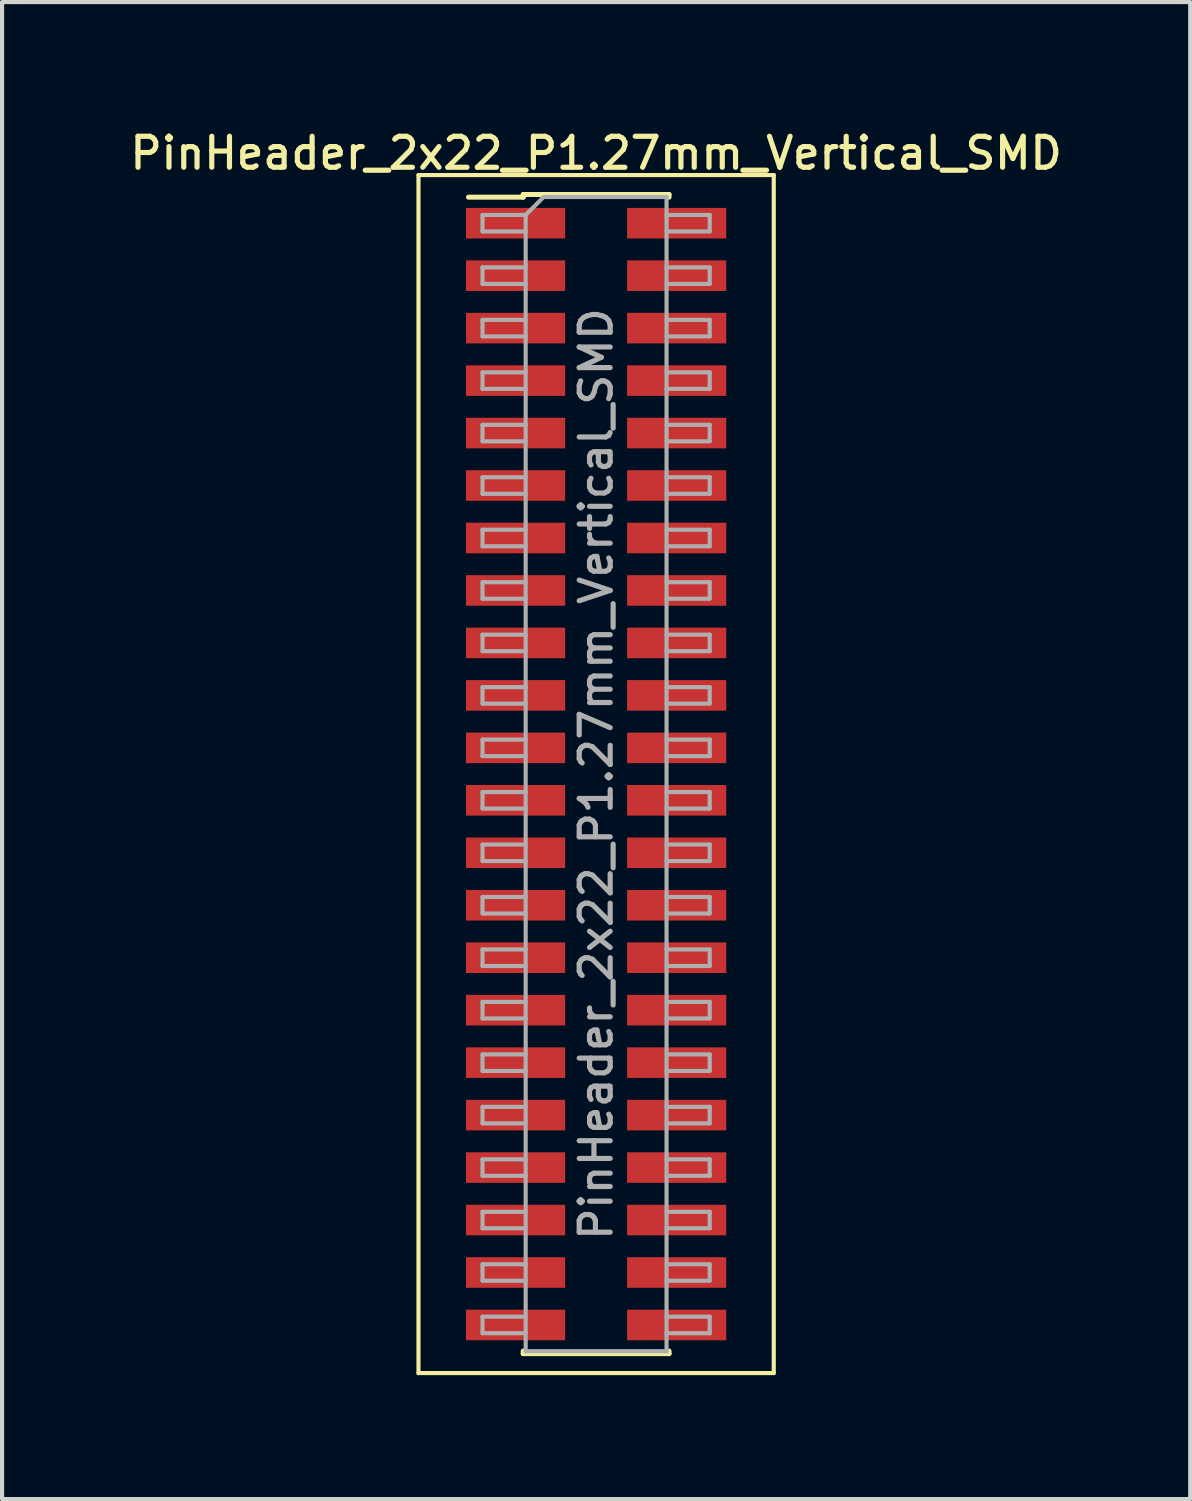
<source format=kicad_pcb>
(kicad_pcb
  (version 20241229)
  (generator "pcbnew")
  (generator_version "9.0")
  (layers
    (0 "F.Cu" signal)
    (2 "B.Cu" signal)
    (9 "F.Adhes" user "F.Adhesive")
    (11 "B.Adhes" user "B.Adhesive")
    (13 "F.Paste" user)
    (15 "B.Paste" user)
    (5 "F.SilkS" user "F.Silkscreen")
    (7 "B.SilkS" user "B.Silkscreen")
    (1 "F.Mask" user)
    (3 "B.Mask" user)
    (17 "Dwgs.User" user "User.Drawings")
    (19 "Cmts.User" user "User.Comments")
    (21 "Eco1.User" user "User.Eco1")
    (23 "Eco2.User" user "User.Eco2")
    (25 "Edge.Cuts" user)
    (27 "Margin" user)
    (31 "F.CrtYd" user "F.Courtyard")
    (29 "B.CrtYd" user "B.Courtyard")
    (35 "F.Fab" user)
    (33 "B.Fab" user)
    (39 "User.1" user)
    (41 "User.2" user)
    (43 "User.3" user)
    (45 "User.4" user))
  (footprint "PinHeader_2x22_P1.27mm_Vertical_SMD"
    (layer "F.Cu")
    (at 11.38 15.688)
    (property "Reference" "PinHeader_2x22_P1.27mm_Vertical_SMD" (at 0 -15.03 0) (layer "F.SilkS") (effects (font (size 0.75 0.75) (thickness 0.125))))
    (attr smd)
    (fp_line (start -4.3 -14.5) (end -4.3 14.5) (stroke (width 0.1) (type solid)) (layer "F.SilkS"))
    (fp_line (start -4.3 14.5) (end 4.3 14.5) (stroke (width 0.1) (type solid)) (layer "F.SilkS"))
    (fp_line (start -3.09 -13.965) (end -1.765 -13.965) (stroke (width 0.12) (type solid)) (layer "F.SilkS"))
    (fp_line (start -1.765 -14.03) (end -1.765 -13.965) (stroke (width 0.12) (type solid)) (layer "F.SilkS"))
    (fp_line (start -1.765 -14.03) (end 1.765 -14.03) (stroke (width 0.12) (type solid)) (layer "F.SilkS"))
    (fp_line (start -1.765 13.965) (end -1.765 14.03) (stroke (width 0.12) (type solid)) (layer "F.SilkS"))
    (fp_line (start -1.765 14.03) (end 1.765 14.03) (stroke (width 0.12) (type solid)) (layer "F.SilkS"))
    (fp_line (start 1.765 -14.03) (end 1.765 -13.965) (stroke (width 0.12) (type solid)) (layer "F.SilkS"))
    (fp_line (start 1.765 13.965) (end 1.765 14.03) (stroke (width 0.12) (type solid)) (layer "F.SilkS"))
    (fp_line (start 4.3 -14.5) (end -4.3 -14.5) (stroke (width 0.1) (type solid)) (layer "F.SilkS"))
    (fp_line (start 4.3 14.5) (end 4.3 -14.5) (stroke (width 0.1) (type solid)) (layer "F.SilkS"))
    (fp_line (start -2.75 -13.535) (end -2.75 -13.135) (stroke (width 0.1) (type solid)) (layer "F.Fab"))
    (fp_line (start -2.75 -13.135) (end -1.705 -13.135) (stroke (width 0.1) (type solid)) (layer "F.Fab"))
    (fp_line (start -2.75 -12.265) (end -2.75 -11.865) (stroke (width 0.1) (type solid)) (layer "F.Fab"))
    (fp_line (start -2.75 -11.865) (end -1.705 -11.865) (stroke (width 0.1) (type solid)) (layer "F.Fab"))
    (fp_line (start -2.75 -10.995) (end -2.75 -10.595) (stroke (width 0.1) (type solid)) (layer "F.Fab"))
    (fp_line (start -2.75 -10.595) (end -1.705 -10.595) (stroke (width 0.1) (type solid)) (layer "F.Fab"))
    (fp_line (start -2.75 -9.725) (end -2.75 -9.325) (stroke (width 0.1) (type solid)) (layer "F.Fab"))
    (fp_line (start -2.75 -9.325) (end -1.705 -9.325) (stroke (width 0.1) (type solid)) (layer "F.Fab"))
    (fp_line (start -2.75 -8.455) (end -2.75 -8.055) (stroke (width 0.1) (type solid)) (layer "F.Fab"))
    (fp_line (start -2.75 -8.055) (end -1.705 -8.055) (stroke (width 0.1) (type solid)) (layer "F.Fab"))
    (fp_line (start -2.75 -7.185) (end -2.75 -6.785) (stroke (width 0.1) (type solid)) (layer "F.Fab"))
    (fp_line (start -2.75 -6.785) (end -1.705 -6.785) (stroke (width 0.1) (type solid)) (layer "F.Fab"))
    (fp_line (start -2.75 -5.915) (end -2.75 -5.515) (stroke (width 0.1) (type solid)) (layer "F.Fab"))
    (fp_line (start -2.75 -5.515) (end -1.705 -5.515) (stroke (width 0.1) (type solid)) (layer "F.Fab"))
    (fp_line (start -2.75 -4.645) (end -2.75 -4.245) (stroke (width 0.1) (type solid)) (layer "F.Fab"))
    (fp_line (start -2.75 -4.245) (end -1.705 -4.245) (stroke (width 0.1) (type solid)) (layer "F.Fab"))
    (fp_line (start -2.75 -3.375) (end -2.75 -2.975) (stroke (width 0.1) (type solid)) (layer "F.Fab"))
    (fp_line (start -2.75 -2.975) (end -1.705 -2.975) (stroke (width 0.1) (type solid)) (layer "F.Fab"))
    (fp_line (start -2.75 -2.105) (end -2.75 -1.705) (stroke (width 0.1) (type solid)) (layer "F.Fab"))
    (fp_line (start -2.75 -1.705) (end -1.705 -1.705) (stroke (width 0.1) (type solid)) (layer "F.Fab"))
    (fp_line (start -2.75 -0.835) (end -2.75 -0.435) (stroke (width 0.1) (type solid)) (layer "F.Fab"))
    (fp_line (start -2.75 -0.435) (end -1.705 -0.435) (stroke (width 0.1) (type solid)) (layer "F.Fab"))
    (fp_line (start -2.75 0.435) (end -2.75 0.835) (stroke (width 0.1) (type solid)) (layer "F.Fab"))
    (fp_line (start -2.75 0.835) (end -1.705 0.835) (stroke (width 0.1) (type solid)) (layer "F.Fab"))
    (fp_line (start -2.75 1.705) (end -2.75 2.105) (stroke (width 0.1) (type solid)) (layer "F.Fab"))
    (fp_line (start -2.75 2.105) (end -1.705 2.105) (stroke (width 0.1) (type solid)) (layer "F.Fab"))
    (fp_line (start -2.75 2.975) (end -2.75 3.375) (stroke (width 0.1) (type solid)) (layer "F.Fab"))
    (fp_line (start -2.75 3.375) (end -1.705 3.375) (stroke (width 0.1) (type solid)) (layer "F.Fab"))
    (fp_line (start -2.75 4.245) (end -2.75 4.645) (stroke (width 0.1) (type solid)) (layer "F.Fab"))
    (fp_line (start -2.75 4.645) (end -1.705 4.645) (stroke (width 0.1) (type solid)) (layer "F.Fab"))
    (fp_line (start -2.75 5.515) (end -2.75 5.915) (stroke (width 0.1) (type solid)) (layer "F.Fab"))
    (fp_line (start -2.75 5.915) (end -1.705 5.915) (stroke (width 0.1) (type solid)) (layer "F.Fab"))
    (fp_line (start -2.75 6.785) (end -2.75 7.185) (stroke (width 0.1) (type solid)) (layer "F.Fab"))
    (fp_line (start -2.75 7.185) (end -1.705 7.185) (stroke (width 0.1) (type solid)) (layer "F.Fab"))
    (fp_line (start -2.75 8.055) (end -2.75 8.455) (stroke (width 0.1) (type solid)) (layer "F.Fab"))
    (fp_line (start -2.75 8.455) (end -1.705 8.455) (stroke (width 0.1) (type solid)) (layer "F.Fab"))
    (fp_line (start -2.75 9.325) (end -2.75 9.725) (stroke (width 0.1) (type solid)) (layer "F.Fab"))
    (fp_line (start -2.75 9.725) (end -1.705 9.725) (stroke (width 0.1) (type solid)) (layer "F.Fab"))
    (fp_line (start -2.75 10.595) (end -2.75 10.995) (stroke (width 0.1) (type solid)) (layer "F.Fab"))
    (fp_line (start -2.75 10.995) (end -1.705 10.995) (stroke (width 0.1) (type solid)) (layer "F.Fab"))
    (fp_line (start -2.75 11.865) (end -2.75 12.265) (stroke (width 0.1) (type solid)) (layer "F.Fab"))
    (fp_line (start -2.75 12.265) (end -1.705 12.265) (stroke (width 0.1) (type solid)) (layer "F.Fab"))
    (fp_line (start -2.75 13.135) (end -2.75 13.535) (stroke (width 0.1) (type solid)) (layer "F.Fab"))
    (fp_line (start -2.75 13.535) (end -1.705 13.535) (stroke (width 0.1) (type solid)) (layer "F.Fab"))
    (fp_line (start -1.705 -13.535) (end -2.75 -13.535) (stroke (width 0.1) (type solid)) (layer "F.Fab"))
    (fp_line (start -1.705 -13.535) (end -1.27 -13.97) (stroke (width 0.1) (type solid)) (layer "F.Fab"))
    (fp_line (start -1.705 -12.265) (end -2.75 -12.265) (stroke (width 0.1) (type solid)) (layer "F.Fab"))
    (fp_line (start -1.705 -10.995) (end -2.75 -10.995) (stroke (width 0.1) (type solid)) (layer "F.Fab"))
    (fp_line (start -1.705 -9.725) (end -2.75 -9.725) (stroke (width 0.1) (type solid)) (layer "F.Fab"))
    (fp_line (start -1.705 -8.455) (end -2.75 -8.455) (stroke (width 0.1) (type solid)) (layer "F.Fab"))
    (fp_line (start -1.705 -7.185) (end -2.75 -7.185) (stroke (width 0.1) (type solid)) (layer "F.Fab"))
    (fp_line (start -1.705 -5.915) (end -2.75 -5.915) (stroke (width 0.1) (type solid)) (layer "F.Fab"))
    (fp_line (start -1.705 -4.645) (end -2.75 -4.645) (stroke (width 0.1) (type solid)) (layer "F.Fab"))
    (fp_line (start -1.705 -3.375) (end -2.75 -3.375) (stroke (width 0.1) (type solid)) (layer "F.Fab"))
    (fp_line (start -1.705 -2.105) (end -2.75 -2.105) (stroke (width 0.1) (type solid)) (layer "F.Fab"))
    (fp_line (start -1.705 -0.835) (end -2.75 -0.835) (stroke (width 0.1) (type solid)) (layer "F.Fab"))
    (fp_line (start -1.705 0.435) (end -2.75 0.435) (stroke (width 0.1) (type solid)) (layer "F.Fab"))
    (fp_line (start -1.705 1.705) (end -2.75 1.705) (stroke (width 0.1) (type solid)) (layer "F.Fab"))
    (fp_line (start -1.705 2.975) (end -2.75 2.975) (stroke (width 0.1) (type solid)) (layer "F.Fab"))
    (fp_line (start -1.705 4.245) (end -2.75 4.245) (stroke (width 0.1) (type solid)) (layer "F.Fab"))
    (fp_line (start -1.705 5.515) (end -2.75 5.515) (stroke (width 0.1) (type solid)) (layer "F.Fab"))
    (fp_line (start -1.705 6.785) (end -2.75 6.785) (stroke (width 0.1) (type solid)) (layer "F.Fab"))
    (fp_line (start -1.705 8.055) (end -2.75 8.055) (stroke (width 0.1) (type solid)) (layer "F.Fab"))
    (fp_line (start -1.705 9.325) (end -2.75 9.325) (stroke (width 0.1) (type solid)) (layer "F.Fab"))
    (fp_line (start -1.705 10.595) (end -2.75 10.595) (stroke (width 0.1) (type solid)) (layer "F.Fab"))
    (fp_line (start -1.705 11.865) (end -2.75 11.865) (stroke (width 0.1) (type solid)) (layer "F.Fab"))
    (fp_line (start -1.705 13.135) (end -2.75 13.135) (stroke (width 0.1) (type solid)) (layer "F.Fab"))
    (fp_line (start -1.705 13.97) (end -1.705 -13.535) (stroke (width 0.1) (type solid)) (layer "F.Fab"))
    (fp_line (start -1.27 -13.97) (end 1.705 -13.97) (stroke (width 0.1) (type solid)) (layer "F.Fab"))
    (fp_line (start 1.705 -13.97) (end 1.705 13.97) (stroke (width 0.1) (type solid)) (layer "F.Fab"))
    (fp_line (start 1.705 -13.535) (end 2.75 -13.535) (stroke (width 0.1) (type solid)) (layer "F.Fab"))
    (fp_line (start 1.705 -12.265) (end 2.75 -12.265) (stroke (width 0.1) (type solid)) (layer "F.Fab"))
    (fp_line (start 1.705 -10.995) (end 2.75 -10.995) (stroke (width 0.1) (type solid)) (layer "F.Fab"))
    (fp_line (start 1.705 -9.725) (end 2.75 -9.725) (stroke (width 0.1) (type solid)) (layer "F.Fab"))
    (fp_line (start 1.705 -8.455) (end 2.75 -8.455) (stroke (width 0.1) (type solid)) (layer "F.Fab"))
    (fp_line (start 1.705 -7.185) (end 2.75 -7.185) (stroke (width 0.1) (type solid)) (layer "F.Fab"))
    (fp_line (start 1.705 -5.915) (end 2.75 -5.915) (stroke (width 0.1) (type solid)) (layer "F.Fab"))
    (fp_line (start 1.705 -4.645) (end 2.75 -4.645) (stroke (width 0.1) (type solid)) (layer "F.Fab"))
    (fp_line (start 1.705 -3.375) (end 2.75 -3.375) (stroke (width 0.1) (type solid)) (layer "F.Fab"))
    (fp_line (start 1.705 -2.105) (end 2.75 -2.105) (stroke (width 0.1) (type solid)) (layer "F.Fab"))
    (fp_line (start 1.705 -0.835) (end 2.75 -0.835) (stroke (width 0.1) (type solid)) (layer "F.Fab"))
    (fp_line (start 1.705 0.435) (end 2.75 0.435) (stroke (width 0.1) (type solid)) (layer "F.Fab"))
    (fp_line (start 1.705 1.705) (end 2.75 1.705) (stroke (width 0.1) (type solid)) (layer "F.Fab"))
    (fp_line (start 1.705 2.975) (end 2.75 2.975) (stroke (width 0.1) (type solid)) (layer "F.Fab"))
    (fp_line (start 1.705 4.245) (end 2.75 4.245) (stroke (width 0.1) (type solid)) (layer "F.Fab"))
    (fp_line (start 1.705 5.515) (end 2.75 5.515) (stroke (width 0.1) (type solid)) (layer "F.Fab"))
    (fp_line (start 1.705 6.785) (end 2.75 6.785) (stroke (width 0.1) (type solid)) (layer "F.Fab"))
    (fp_line (start 1.705 8.055) (end 2.75 8.055) (stroke (width 0.1) (type solid)) (layer "F.Fab"))
    (fp_line (start 1.705 9.325) (end 2.75 9.325) (stroke (width 0.1) (type solid)) (layer "F.Fab"))
    (fp_line (start 1.705 10.595) (end 2.75 10.595) (stroke (width 0.1) (type solid)) (layer "F.Fab"))
    (fp_line (start 1.705 11.865) (end 2.75 11.865) (stroke (width 0.1) (type solid)) (layer "F.Fab"))
    (fp_line (start 1.705 13.135) (end 2.75 13.135) (stroke (width 0.1) (type solid)) (layer "F.Fab"))
    (fp_line (start 1.705 13.97) (end -1.705 13.97) (stroke (width 0.1) (type solid)) (layer "F.Fab"))
    (fp_line (start 2.75 -13.535) (end 2.75 -13.135) (stroke (width 0.1) (type solid)) (layer "F.Fab"))
    (fp_line (start 2.75 -13.135) (end 1.705 -13.135) (stroke (width 0.1) (type solid)) (layer "F.Fab"))
    (fp_line (start 2.75 -12.265) (end 2.75 -11.865) (stroke (width 0.1) (type solid)) (layer "F.Fab"))
    (fp_line (start 2.75 -11.865) (end 1.705 -11.865) (stroke (width 0.1) (type solid)) (layer "F.Fab"))
    (fp_line (start 2.75 -10.995) (end 2.75 -10.595) (stroke (width 0.1) (type solid)) (layer "F.Fab"))
    (fp_line (start 2.75 -10.595) (end 1.705 -10.595) (stroke (width 0.1) (type solid)) (layer "F.Fab"))
    (fp_line (start 2.75 -9.725) (end 2.75 -9.325) (stroke (width 0.1) (type solid)) (layer "F.Fab"))
    (fp_line (start 2.75 -9.325) (end 1.705 -9.325) (stroke (width 0.1) (type solid)) (layer "F.Fab"))
    (fp_line (start 2.75 -8.455) (end 2.75 -8.055) (stroke (width 0.1) (type solid)) (layer "F.Fab"))
    (fp_line (start 2.75 -8.055) (end 1.705 -8.055) (stroke (width 0.1) (type solid)) (layer "F.Fab"))
    (fp_line (start 2.75 -7.185) (end 2.75 -6.785) (stroke (width 0.1) (type solid)) (layer "F.Fab"))
    (fp_line (start 2.75 -6.785) (end 1.705 -6.785) (stroke (width 0.1) (type solid)) (layer "F.Fab"))
    (fp_line (start 2.75 -5.915) (end 2.75 -5.515) (stroke (width 0.1) (type solid)) (layer "F.Fab"))
    (fp_line (start 2.75 -5.515) (end 1.705 -5.515) (stroke (width 0.1) (type solid)) (layer "F.Fab"))
    (fp_line (start 2.75 -4.645) (end 2.75 -4.245) (stroke (width 0.1) (type solid)) (layer "F.Fab"))
    (fp_line (start 2.75 -4.245) (end 1.705 -4.245) (stroke (width 0.1) (type solid)) (layer "F.Fab"))
    (fp_line (start 2.75 -3.375) (end 2.75 -2.975) (stroke (width 0.1) (type solid)) (layer "F.Fab"))
    (fp_line (start 2.75 -2.975) (end 1.705 -2.975) (stroke (width 0.1) (type solid)) (layer "F.Fab"))
    (fp_line (start 2.75 -2.105) (end 2.75 -1.705) (stroke (width 0.1) (type solid)) (layer "F.Fab"))
    (fp_line (start 2.75 -1.705) (end 1.705 -1.705) (stroke (width 0.1) (type solid)) (layer "F.Fab"))
    (fp_line (start 2.75 -0.835) (end 2.75 -0.435) (stroke (width 0.1) (type solid)) (layer "F.Fab"))
    (fp_line (start 2.75 -0.435) (end 1.705 -0.435) (stroke (width 0.1) (type solid)) (layer "F.Fab"))
    (fp_line (start 2.75 0.435) (end 2.75 0.835) (stroke (width 0.1) (type solid)) (layer "F.Fab"))
    (fp_line (start 2.75 0.835) (end 1.705 0.835) (stroke (width 0.1) (type solid)) (layer "F.Fab"))
    (fp_line (start 2.75 1.705) (end 2.75 2.105) (stroke (width 0.1) (type solid)) (layer "F.Fab"))
    (fp_line (start 2.75 2.105) (end 1.705 2.105) (stroke (width 0.1) (type solid)) (layer "F.Fab"))
    (fp_line (start 2.75 2.975) (end 2.75 3.375) (stroke (width 0.1) (type solid)) (layer "F.Fab"))
    (fp_line (start 2.75 3.375) (end 1.705 3.375) (stroke (width 0.1) (type solid)) (layer "F.Fab"))
    (fp_line (start 2.75 4.245) (end 2.75 4.645) (stroke (width 0.1) (type solid)) (layer "F.Fab"))
    (fp_line (start 2.75 4.645) (end 1.705 4.645) (stroke (width 0.1) (type solid)) (layer "F.Fab"))
    (fp_line (start 2.75 5.515) (end 2.75 5.915) (stroke (width 0.1) (type solid)) (layer "F.Fab"))
    (fp_line (start 2.75 5.915) (end 1.705 5.915) (stroke (width 0.1) (type solid)) (layer "F.Fab"))
    (fp_line (start 2.75 6.785) (end 2.75 7.185) (stroke (width 0.1) (type solid)) (layer "F.Fab"))
    (fp_line (start 2.75 7.185) (end 1.705 7.185) (stroke (width 0.1) (type solid)) (layer "F.Fab"))
    (fp_line (start 2.75 8.055) (end 2.75 8.455) (stroke (width 0.1) (type solid)) (layer "F.Fab"))
    (fp_line (start 2.75 8.455) (end 1.705 8.455) (stroke (width 0.1) (type solid)) (layer "F.Fab"))
    (fp_line (start 2.75 9.325) (end 2.75 9.725) (stroke (width 0.1) (type solid)) (layer "F.Fab"))
    (fp_line (start 2.75 9.725) (end 1.705 9.725) (stroke (width 0.1) (type solid)) (layer "F.Fab"))
    (fp_line (start 2.75 10.595) (end 2.75 10.995) (stroke (width 0.1) (type solid)) (layer "F.Fab"))
    (fp_line (start 2.75 10.995) (end 1.705 10.995) (stroke (width 0.1) (type solid)) (layer "F.Fab"))
    (fp_line (start 2.75 11.865) (end 2.75 12.265) (stroke (width 0.1) (type solid)) (layer "F.Fab"))
    (fp_line (start 2.75 12.265) (end 1.705 12.265) (stroke (width 0.1) (type solid)) (layer "F.Fab"))
    (fp_line (start 2.75 13.135) (end 2.75 13.535) (stroke (width 0.1) (type solid)) (layer "F.Fab"))
    (fp_line (start 2.75 13.535) (end 1.705 13.535) (stroke (width 0.1) (type solid)) (layer "F.Fab"))
    (fp_text user "${REFERENCE}" (at 0 0 90) (layer "F.Fab") (effects (font (size 0.75 0.75) (thickness 0.125))))
    (pad "1" smd rect (at -1.95 -13.335) (size 2.4 0.74) (layers "F.Cu" "F.Mask" "F.Paste"))
    (pad "2" smd rect (at 1.95 -13.335) (size 2.4 0.74) (layers "F.Cu" "F.Mask" "F.Paste"))
    (pad "3" smd rect (at -1.95 -12.065) (size 2.4 0.74) (layers "F.Cu" "F.Mask" "F.Paste"))
    (pad "4" smd rect (at 1.95 -12.065) (size 2.4 0.74) (layers "F.Cu" "F.Mask" "F.Paste"))
    (pad "5" smd rect (at -1.95 -10.795) (size 2.4 0.74) (layers "F.Cu" "F.Mask" "F.Paste"))
    (pad "6" smd rect (at 1.95 -10.795) (size 2.4 0.74) (layers "F.Cu" "F.Mask" "F.Paste"))
    (pad "7" smd rect (at -1.95 -9.525) (size 2.4 0.74) (layers "F.Cu" "F.Mask" "F.Paste"))
    (pad "8" smd rect (at 1.95 -9.525) (size 2.4 0.74) (layers "F.Cu" "F.Mask" "F.Paste"))
    (pad "9" smd rect (at -1.95 -8.255) (size 2.4 0.74) (layers "F.Cu" "F.Mask" "F.Paste"))
    (pad "10" smd rect (at 1.95 -8.255) (size 2.4 0.74) (layers "F.Cu" "F.Mask" "F.Paste"))
    (pad "11" smd rect (at -1.95 -6.985) (size 2.4 0.74) (layers "F.Cu" "F.Mask" "F.Paste"))
    (pad "12" smd rect (at 1.95 -6.985) (size 2.4 0.74) (layers "F.Cu" "F.Mask" "F.Paste"))
    (pad "13" smd rect (at -1.95 -5.715) (size 2.4 0.74) (layers "F.Cu" "F.Mask" "F.Paste"))
    (pad "14" smd rect (at 1.95 -5.715) (size 2.4 0.74) (layers "F.Cu" "F.Mask" "F.Paste"))
    (pad "15" smd rect (at -1.95 -4.445) (size 2.4 0.74) (layers "F.Cu" "F.Mask" "F.Paste"))
    (pad "16" smd rect (at 1.95 -4.445) (size 2.4 0.74) (layers "F.Cu" "F.Mask" "F.Paste"))
    (pad "17" smd rect (at -1.95 -3.175) (size 2.4 0.74) (layers "F.Cu" "F.Mask" "F.Paste"))
    (pad "18" smd rect (at 1.95 -3.175) (size 2.4 0.74) (layers "F.Cu" "F.Mask" "F.Paste"))
    (pad "19" smd rect (at -1.95 -1.905) (size 2.4 0.74) (layers "F.Cu" "F.Mask" "F.Paste"))
    (pad "20" smd rect (at 1.95 -1.905) (size 2.4 0.74) (layers "F.Cu" "F.Mask" "F.Paste"))
    (pad "21" smd rect (at -1.95 -0.635) (size 2.4 0.74) (layers "F.Cu" "F.Mask" "F.Paste"))
    (pad "22" smd rect (at 1.95 -0.635) (size 2.4 0.74) (layers "F.Cu" "F.Mask" "F.Paste"))
    (pad "23" smd rect (at -1.95 0.635) (size 2.4 0.74) (layers "F.Cu" "F.Mask" "F.Paste"))
    (pad "24" smd rect (at 1.95 0.635) (size 2.4 0.74) (layers "F.Cu" "F.Mask" "F.Paste"))
    (pad "25" smd rect (at -1.95 1.905) (size 2.4 0.74) (layers "F.Cu" "F.Mask" "F.Paste"))
    (pad "26" smd rect (at 1.95 1.905) (size 2.4 0.74) (layers "F.Cu" "F.Mask" "F.Paste"))
    (pad "27" smd rect (at -1.95 3.175) (size 2.4 0.74) (layers "F.Cu" "F.Mask" "F.Paste"))
    (pad "28" smd rect (at 1.95 3.175) (size 2.4 0.74) (layers "F.Cu" "F.Mask" "F.Paste"))
    (pad "29" smd rect (at -1.95 4.445) (size 2.4 0.74) (layers "F.Cu" "F.Mask" "F.Paste"))
    (pad "30" smd rect (at 1.95 4.445) (size 2.4 0.74) (layers "F.Cu" "F.Mask" "F.Paste"))
    (pad "31" smd rect (at -1.95 5.715) (size 2.4 0.74) (layers "F.Cu" "F.Mask" "F.Paste"))
    (pad "32" smd rect (at 1.95 5.715) (size 2.4 0.74) (layers "F.Cu" "F.Mask" "F.Paste"))
    (pad "33" smd rect (at -1.95 6.985) (size 2.4 0.74) (layers "F.Cu" "F.Mask" "F.Paste"))
    (pad "34" smd rect (at 1.95 6.985) (size 2.4 0.74) (layers "F.Cu" "F.Mask" "F.Paste"))
    (pad "35" smd rect (at -1.95 8.255) (size 2.4 0.74) (layers "F.Cu" "F.Mask" "F.Paste"))
    (pad "36" smd rect (at 1.95 8.255) (size 2.4 0.74) (layers "F.Cu" "F.Mask" "F.Paste"))
    (pad "37" smd rect (at -1.95 9.525) (size 2.4 0.74) (layers "F.Cu" "F.Mask" "F.Paste"))
    (pad "38" smd rect (at 1.95 9.525) (size 2.4 0.74) (layers "F.Cu" "F.Mask" "F.Paste"))
    (pad "39" smd rect (at -1.95 10.795) (size 2.4 0.74) (layers "F.Cu" "F.Mask" "F.Paste"))
    (pad "40" smd rect (at 1.95 10.795) (size 2.4 0.74) (layers "F.Cu" "F.Mask" "F.Paste"))
    (pad "41" smd rect (at -1.95 12.065) (size 2.4 0.74) (layers "F.Cu" "F.Mask" "F.Paste"))
    (pad "42" smd rect (at 1.95 12.065) (size 2.4 0.74) (layers "F.Cu" "F.Mask" "F.Paste"))
    (pad "43" smd rect (at -1.95 13.335) (size 2.4 0.74) (layers "F.Cu" "F.Mask" "F.Paste"))
    (pad "44" smd rect (at 1.95 13.335) (size 2.4 0.74) (layers "F.Cu" "F.Mask" "F.Paste")))
  (gr_rect
    (start -3 -3)
    (end 25.761 33.238)
    (stroke (width 0.1) (type default))
    (fill no)
    (layer "Edge.Cuts")))
</source>
